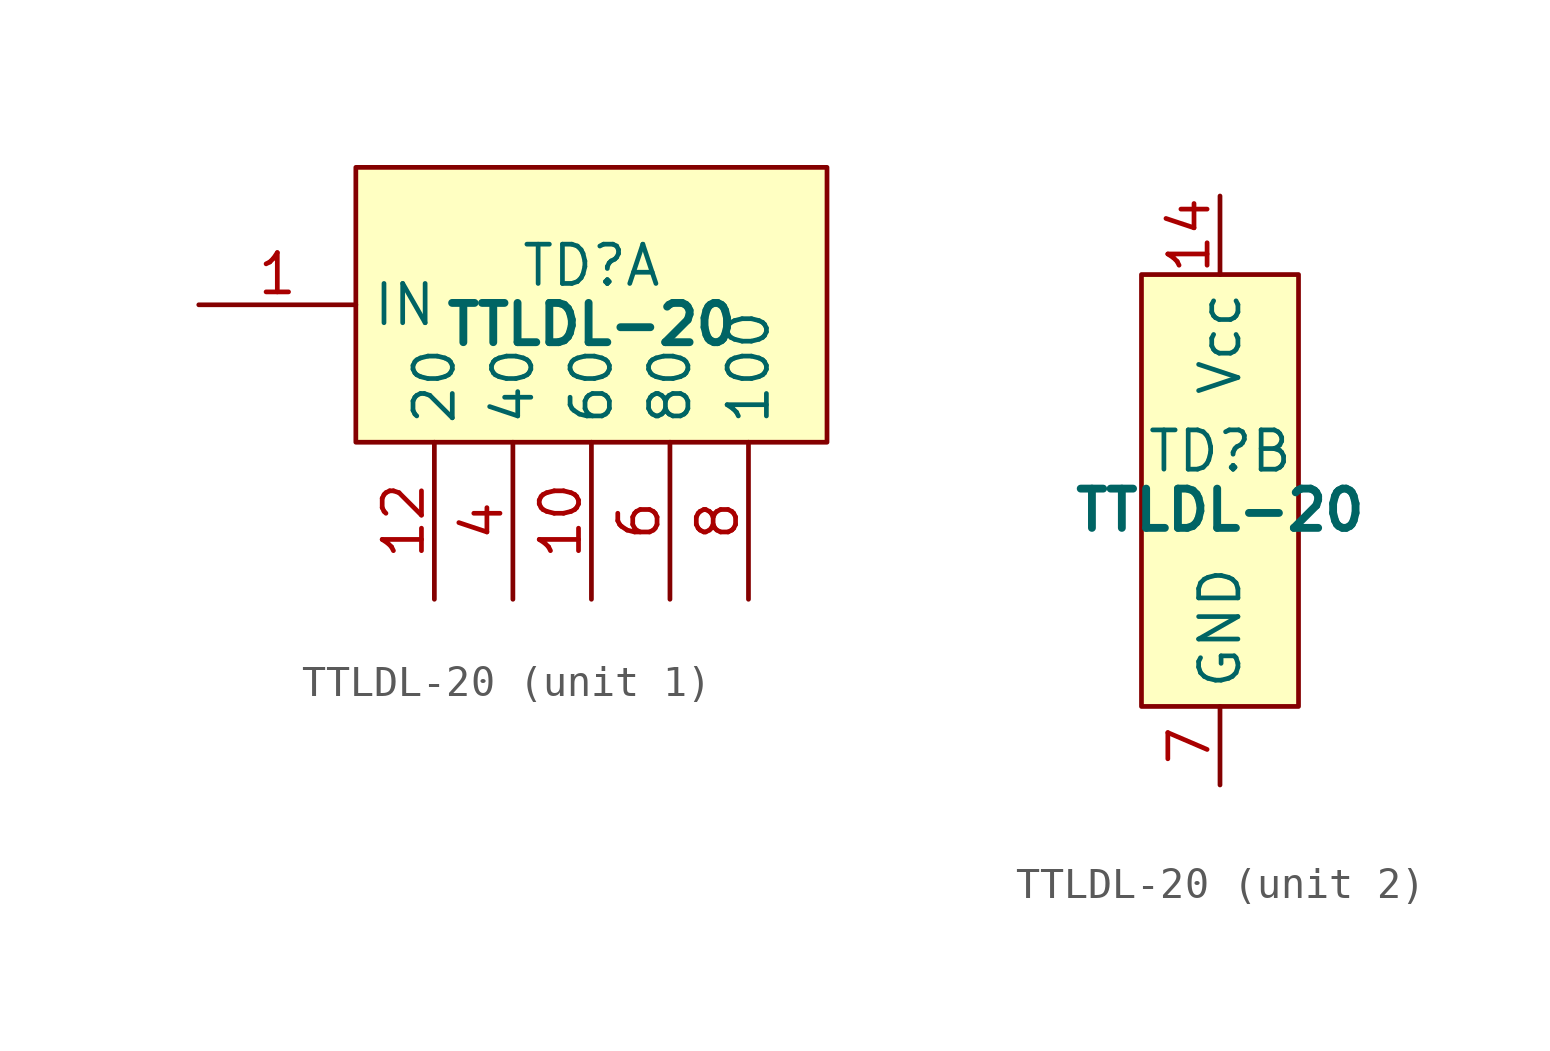
<source format=kicad_sym>
(kicad_symbol_lib
  (version 20220914)
  (generator kicad_symbol_editor)
  (symbol "TTLDL-20"
    (property "Reference" "TD"
      (at 0 1.27 0)
      (effects (font (size 1.27 1.27))))
    (property "Value" "TTLDL-20"
      (at 0 -0.635 0)
      (effects (font (size 1.27 1.27) bold)))
    (property "ki_locked" ""
      (at 0 0 0)
      (effects (font (size 1.27 1.27))))
    (symbol "TTLDL-20_1_0"
      (pin input line (at -12.7 0 0) (length 5.08) (name "IN" (effects (font (size 1.27 1.27)))) (number "1" (effects (font (size 1.27 1.27)))))
      (pin output line (at 0 -9.525 90) (length 5.08) (name "60" (effects (font (size 1.27 1.27)))) (number "10" (effects (font (size 1.27 1.27)))))
      (pin output line (at -5.08 -9.525 90) (length 5.08) (name "20" (effects (font (size 1.27 1.27)))) (number "12" (effects (font (size 1.27 1.27)))))
      (pin output line (at -2.54 -9.525 90) (length 5.08) (name "40" (effects (font (size 1.27 1.27)))) (number "4" (effects (font (size 1.27 1.27)))))
      (pin output line (at 2.54 -9.525 90) (length 5.08) (name "80" (effects (font (size 1.27 1.27)))) (number "6" (effects (font (size 1.27 1.27)))))
      (pin output line (at 5.08 -9.525 90) (length 5.08) (name "100" (effects (font (size 1.27 1.27)))) (number "8" (effects (font (size 1.27 1.27))))))
    (symbol "TTLDL-20_1_1"
      (rectangle (start -7.62 4.445) (end 7.62 -4.445) (stroke (width 0) (type default)) (fill (type background))))
    (symbol "TTLDL-20_2_0"
      (pin power_in line (at 0 9.525 270) (length 2.54) (name "Vcc" (effects (font (size 1.27 1.27)))) (number "14" (effects (font (size 1.27 1.27)))))
      (pin power_in line (at 0 -9.525 90) (length 2.54) (name "GND" (effects (font (size 1.27 1.27)))) (number "7" (effects (font (size 1.27 1.27))))))
    (symbol "TTLDL-20_2_1"
      (rectangle (start -2.54 6.985) (end 2.54 -6.985) (stroke (width 0) (type default)) (fill (type background))))))
</source>
